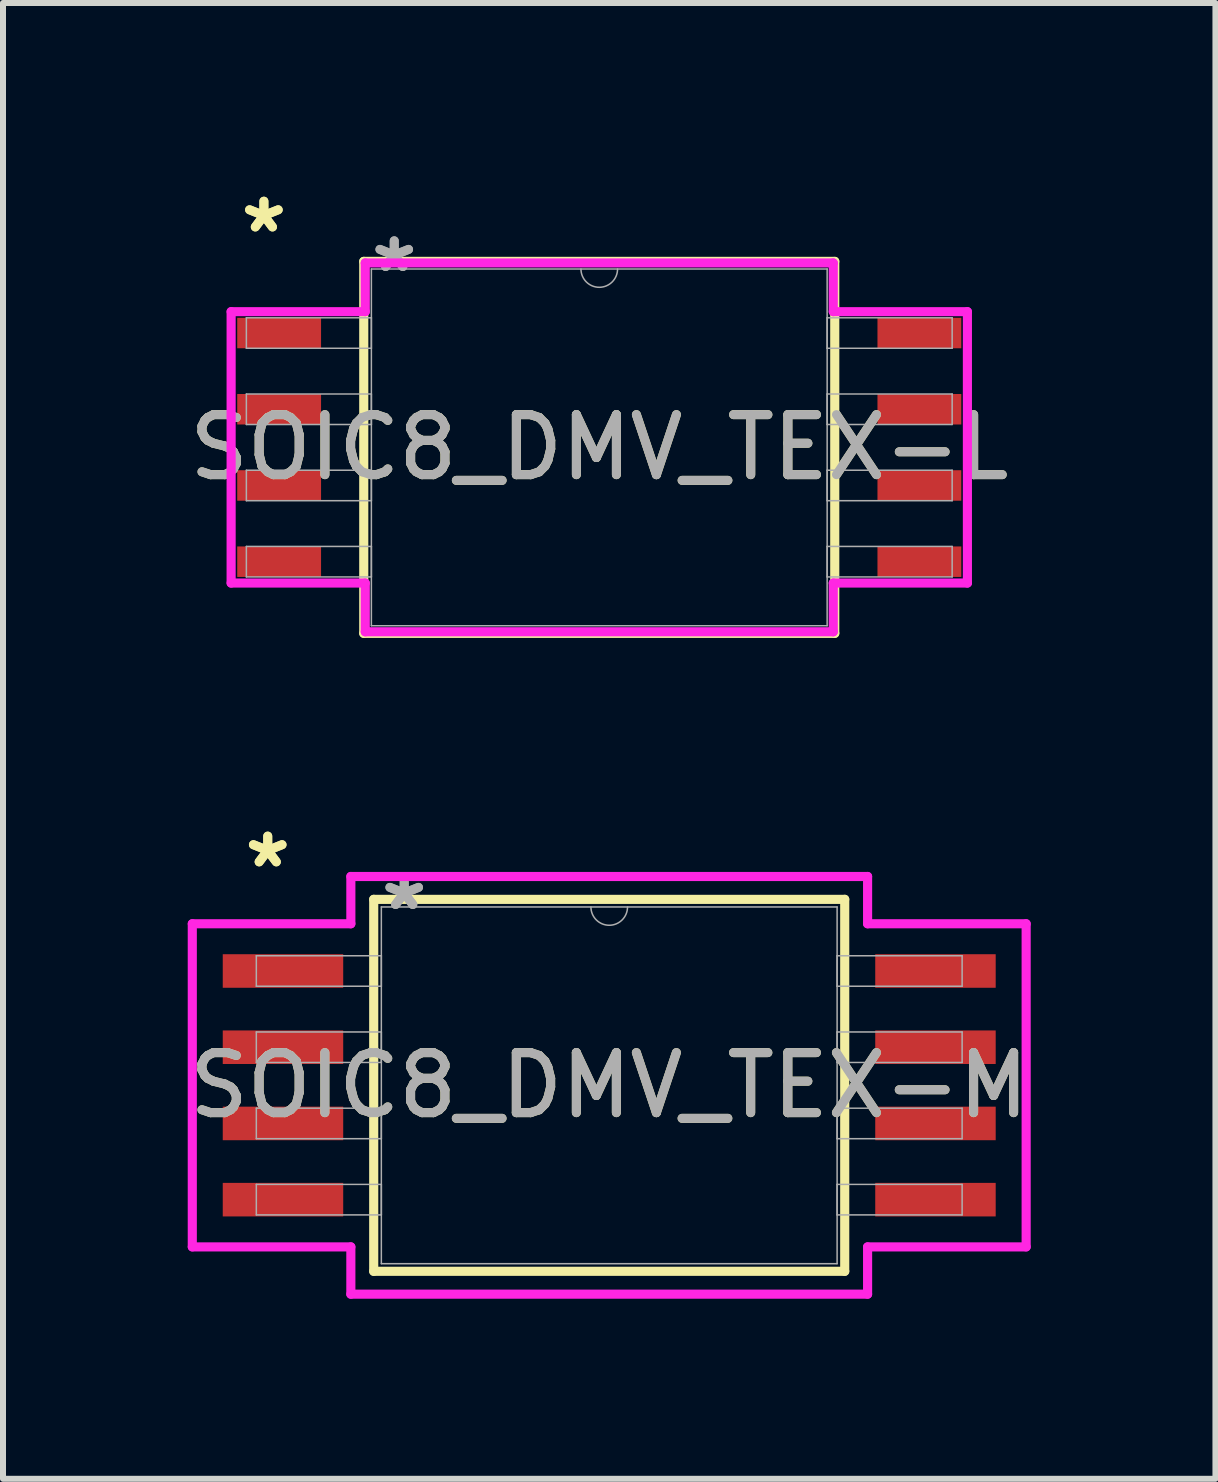
<source format=kicad_pcb>
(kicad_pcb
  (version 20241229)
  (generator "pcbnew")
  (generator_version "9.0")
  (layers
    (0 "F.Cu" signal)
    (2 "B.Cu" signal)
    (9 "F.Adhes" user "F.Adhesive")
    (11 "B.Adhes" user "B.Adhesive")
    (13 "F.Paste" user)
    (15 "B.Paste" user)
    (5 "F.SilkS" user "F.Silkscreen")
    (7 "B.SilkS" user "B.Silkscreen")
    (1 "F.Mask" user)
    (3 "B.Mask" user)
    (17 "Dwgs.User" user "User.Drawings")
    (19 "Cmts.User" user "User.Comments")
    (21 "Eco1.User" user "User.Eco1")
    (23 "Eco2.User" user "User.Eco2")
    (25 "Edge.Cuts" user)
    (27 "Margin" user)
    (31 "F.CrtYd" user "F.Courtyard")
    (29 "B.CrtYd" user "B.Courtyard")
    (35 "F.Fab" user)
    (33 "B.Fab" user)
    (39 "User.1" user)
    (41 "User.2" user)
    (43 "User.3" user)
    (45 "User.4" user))
  (footprint "SOIC8_DMV_TEX-M"
    (layer "F.Cu")
    (at 7.101 15.034)
    (property "Reference" "SOIC8_DMV_TEX-M" (at 0 0 0) (unlocked yes) (layer "F.SilkS") (effects (font (size 1 1) (thickness 0.15))))
    (attr smd)
    (fp_line (start -3.924 -3.099) (end -3.924 3.099) (stroke (width 0.152) (type solid)) (layer "F.SilkS"))
    (fp_line (start -3.924 3.099) (end 3.924 3.099) (stroke (width 0.152) (type solid)) (layer "F.SilkS"))
    (fp_line (start 3.924 -3.099) (end -3.924 -3.099) (stroke (width 0.152) (type solid)) (layer "F.SilkS"))
    (fp_line (start 3.924 3.099) (end 3.924 -3.099) (stroke (width 0.152) (type solid)) (layer "F.SilkS"))
    (fp_line (start -6.947 -2.692) (end -4.305 -2.692) (stroke (width 0.152) (type solid)) (layer "F.CrtYd"))
    (fp_line (start -6.947 2.692) (end -6.947 -2.692) (stroke (width 0.152) (type solid)) (layer "F.CrtYd"))
    (fp_line (start -6.947 2.692) (end -4.305 2.692) (stroke (width 0.152) (type solid)) (layer "F.CrtYd"))
    (fp_line (start -4.305 -3.48) (end 4.305 -3.48) (stroke (width 0.152) (type solid)) (layer "F.CrtYd"))
    (fp_line (start -4.305 -2.692) (end -4.305 -3.48) (stroke (width 0.152) (type solid)) (layer "F.CrtYd"))
    (fp_line (start -4.305 3.48) (end -4.305 2.692) (stroke (width 0.152) (type solid)) (layer "F.CrtYd"))
    (fp_line (start 4.305 -3.48) (end 4.305 -2.692) (stroke (width 0.152) (type solid)) (layer "F.CrtYd"))
    (fp_line (start 4.305 2.692) (end 4.305 3.48) (stroke (width 0.152) (type solid)) (layer "F.CrtYd"))
    (fp_line (start 4.305 3.48) (end -4.305 3.48) (stroke (width 0.152) (type solid)) (layer "F.CrtYd"))
    (fp_line (start 6.947 -2.692) (end 4.305 -2.692) (stroke (width 0.152) (type solid)) (layer "F.CrtYd"))
    (fp_line (start 6.947 -2.692) (end 6.947 2.692) (stroke (width 0.152) (type solid)) (layer "F.CrtYd"))
    (fp_line (start 6.947 2.692) (end 4.305 2.692) (stroke (width 0.152) (type solid)) (layer "F.CrtYd"))
    (fp_line (start -5.88 -2.159) (end -5.88 -1.651) (stroke (width 0.025) (type solid)) (layer "F.Fab"))
    (fp_line (start -5.88 -1.651) (end -3.797 -1.651) (stroke (width 0.025) (type solid)) (layer "F.Fab"))
    (fp_line (start -5.88 -0.889) (end -5.88 -0.381) (stroke (width 0.025) (type solid)) (layer "F.Fab"))
    (fp_line (start -5.88 -0.381) (end -3.797 -0.381) (stroke (width 0.025) (type solid)) (layer "F.Fab"))
    (fp_line (start -5.88 0.381) (end -5.88 0.889) (stroke (width 0.025) (type solid)) (layer "F.Fab"))
    (fp_line (start -5.88 0.889) (end -3.797 0.889) (stroke (width 0.025) (type solid)) (layer "F.Fab"))
    (fp_line (start -5.88 1.651) (end -5.88 2.159) (stroke (width 0.025) (type solid)) (layer "F.Fab"))
    (fp_line (start -5.88 2.159) (end -3.797 2.159) (stroke (width 0.025) (type solid)) (layer "F.Fab"))
    (fp_line (start -3.797 -2.972) (end -3.797 2.972) (stroke (width 0.025) (type solid)) (layer "F.Fab"))
    (fp_line (start -3.797 -2.159) (end -5.88 -2.159) (stroke (width 0.025) (type solid)) (layer "F.Fab"))
    (fp_line (start -3.797 -1.651) (end -3.797 -2.159) (stroke (width 0.025) (type solid)) (layer "F.Fab"))
    (fp_line (start -3.797 -0.889) (end -5.88 -0.889) (stroke (width 0.025) (type solid)) (layer "F.Fab"))
    (fp_line (start -3.797 -0.381) (end -3.797 -0.889) (stroke (width 0.025) (type solid)) (layer "F.Fab"))
    (fp_line (start -3.797 0.381) (end -5.88 0.381) (stroke (width 0.025) (type solid)) (layer "F.Fab"))
    (fp_line (start -3.797 0.889) (end -3.797 0.381) (stroke (width 0.025) (type solid)) (layer "F.Fab"))
    (fp_line (start -3.797 1.651) (end -5.88 1.651) (stroke (width 0.025) (type solid)) (layer "F.Fab"))
    (fp_line (start -3.797 2.159) (end -3.797 1.651) (stroke (width 0.025) (type solid)) (layer "F.Fab"))
    (fp_line (start -3.797 2.972) (end 3.797 2.972) (stroke (width 0.025) (type solid)) (layer "F.Fab"))
    (fp_line (start 3.797 -2.972) (end -3.797 -2.972) (stroke (width 0.025) (type solid)) (layer "F.Fab"))
    (fp_line (start 3.797 -2.159) (end 3.797 -1.651) (stroke (width 0.025) (type solid)) (layer "F.Fab"))
    (fp_line (start 3.797 -1.651) (end 5.88 -1.651) (stroke (width 0.025) (type solid)) (layer "F.Fab"))
    (fp_line (start 3.797 -0.889) (end 3.797 -0.381) (stroke (width 0.025) (type solid)) (layer "F.Fab"))
    (fp_line (start 3.797 -0.381) (end 5.88 -0.381) (stroke (width 0.025) (type solid)) (layer "F.Fab"))
    (fp_line (start 3.797 0.381) (end 3.797 0.889) (stroke (width 0.025) (type solid)) (layer "F.Fab"))
    (fp_line (start 3.797 0.889) (end 5.88 0.889) (stroke (width 0.025) (type solid)) (layer "F.Fab"))
    (fp_line (start 3.797 1.651) (end 3.797 2.159) (stroke (width 0.025) (type solid)) (layer "F.Fab"))
    (fp_line (start 3.797 2.159) (end 5.88 2.159) (stroke (width 0.025) (type solid)) (layer "F.Fab"))
    (fp_line (start 3.797 2.972) (end 3.797 -2.972) (stroke (width 0.025) (type solid)) (layer "F.Fab"))
    (fp_line (start 5.88 -2.159) (end 3.797 -2.159) (stroke (width 0.025) (type solid)) (layer "F.Fab"))
    (fp_line (start 5.88 -1.651) (end 5.88 -2.159) (stroke (width 0.025) (type solid)) (layer "F.Fab"))
    (fp_line (start 5.88 -0.889) (end 3.797 -0.889) (stroke (width 0.025) (type solid)) (layer "F.Fab"))
    (fp_line (start 5.88 -0.381) (end 5.88 -0.889) (stroke (width 0.025) (type solid)) (layer "F.Fab"))
    (fp_line (start 5.88 0.381) (end 3.797 0.381) (stroke (width 0.025) (type solid)) (layer "F.Fab"))
    (fp_line (start 5.88 0.889) (end 5.88 0.381) (stroke (width 0.025) (type solid)) (layer "F.Fab"))
    (fp_line (start 5.88 1.651) (end 3.797 1.651) (stroke (width 0.025) (type solid)) (layer "F.Fab"))
    (fp_line (start 5.88 2.159) (end 5.88 1.651) (stroke (width 0.025) (type solid)) (layer "F.Fab"))
    (fp_arc (start 0.3048 -2.9718) (mid 0 -2.667) (end -0.3048 -2.9718) (stroke (width 0.0254) (type solid)) (layer "F.Fab"))
    (fp_text user "*" (at -5.69 -3.607 0) (layer "F.SilkS") (effects (font (size 1 1) (thickness 0.15))))
    (fp_text user "*" (at -5.69 -3.607 0) (unlocked yes) (layer "F.SilkS") (effects (font (size 1 1) (thickness 0.15))))
    (fp_text user "${REFERENCE}" (at 0 0 0) (unlocked yes) (layer "F.Fab") (effects (font (size 1 1) (thickness 0.15))))
    (fp_text user "*" (at -3.416 -2.896 0) (layer "F.Fab") (effects (font (size 1 1) (thickness 0.15))))
    (fp_text user "*" (at -3.416 -2.896 0) (unlocked yes) (layer "F.Fab") (effects (font (size 1 1) (thickness 0.15))))
    (pad "1" smd rect (at -5.436 -1.905) (size 2.007 0.559) (layers "F.Cu" "F.Mask" "F.Paste"))
    (pad "2" smd rect (at -5.436 -0.635) (size 2.007 0.559) (layers "F.Cu" "F.Mask" "F.Paste"))
    (pad "3" smd rect (at -5.436 0.635) (size 2.007 0.559) (layers "F.Cu" "F.Mask" "F.Paste"))
    (pad "4" smd rect (at -5.436 1.905) (size 2.007 0.559) (layers "F.Cu" "F.Mask" "F.Paste"))
    (pad "5" smd rect (at 5.436 1.905) (size 2.007 0.559) (layers "F.Cu" "F.Mask" "F.Paste"))
    (pad "6" smd rect (at 5.436 0.635) (size 2.007 0.559) (layers "F.Cu" "F.Mask" "F.Paste"))
    (pad "7" smd rect (at 5.436 -0.635) (size 2.007 0.559) (layers "F.Cu" "F.Mask" "F.Paste"))
    (pad "8" smd rect (at 5.436 -1.905) (size 2.007 0.559) (layers "F.Cu" "F.Mask" "F.Paste")))
  (footprint "SOIC8_DMV_TEX-L"
    (layer "F.Cu")
    (at 6.935 4.404)
    (property "Reference" "SOIC8_DMV_TEX-L" (at 0 0 0) (unlocked yes) (layer "F.SilkS") (effects (font (size 1 1) (thickness 0.15))))
    (attr smd)
    (fp_line (start -3.924 -3.099) (end -3.924 3.099) (stroke (width 0.152) (type solid)) (layer "F.SilkS"))
    (fp_line (start -3.924 3.099) (end 3.924 3.099) (stroke (width 0.152) (type solid)) (layer "F.SilkS"))
    (fp_line (start 3.924 -3.099) (end -3.924 -3.099) (stroke (width 0.152) (type solid)) (layer "F.SilkS"))
    (fp_line (start 3.924 3.099) (end 3.924 -3.099) (stroke (width 0.152) (type solid)) (layer "F.SilkS"))
    (fp_line (start -6.134 -2.261) (end -3.899 -2.261) (stroke (width 0.152) (type solid)) (layer "F.CrtYd"))
    (fp_line (start -6.134 2.261) (end -6.134 -2.261) (stroke (width 0.152) (type solid)) (layer "F.CrtYd"))
    (fp_line (start -6.134 2.261) (end -3.899 2.261) (stroke (width 0.152) (type solid)) (layer "F.CrtYd"))
    (fp_line (start -3.899 -3.073) (end 3.899 -3.073) (stroke (width 0.152) (type solid)) (layer "F.CrtYd"))
    (fp_line (start -3.899 -2.261) (end -3.899 -3.073) (stroke (width 0.152) (type solid)) (layer "F.CrtYd"))
    (fp_line (start -3.899 3.073) (end -3.899 2.261) (stroke (width 0.152) (type solid)) (layer "F.CrtYd"))
    (fp_line (start 3.899 -3.073) (end 3.899 -2.261) (stroke (width 0.152) (type solid)) (layer "F.CrtYd"))
    (fp_line (start 3.899 2.261) (end 3.899 3.073) (stroke (width 0.152) (type solid)) (layer "F.CrtYd"))
    (fp_line (start 3.899 3.073) (end -3.899 3.073) (stroke (width 0.152) (type solid)) (layer "F.CrtYd"))
    (fp_line (start 6.134 -2.261) (end 3.899 -2.261) (stroke (width 0.152) (type solid)) (layer "F.CrtYd"))
    (fp_line (start 6.134 -2.261) (end 6.134 2.261) (stroke (width 0.152) (type solid)) (layer "F.CrtYd"))
    (fp_line (start 6.134 2.261) (end 3.899 2.261) (stroke (width 0.152) (type solid)) (layer "F.CrtYd"))
    (fp_line (start -5.88 -2.159) (end -5.88 -1.651) (stroke (width 0.025) (type solid)) (layer "F.Fab"))
    (fp_line (start -5.88 -1.651) (end -3.797 -1.651) (stroke (width 0.025) (type solid)) (layer "F.Fab"))
    (fp_line (start -5.88 -0.889) (end -5.88 -0.381) (stroke (width 0.025) (type solid)) (layer "F.Fab"))
    (fp_line (start -5.88 -0.381) (end -3.797 -0.381) (stroke (width 0.025) (type solid)) (layer "F.Fab"))
    (fp_line (start -5.88 0.381) (end -5.88 0.889) (stroke (width 0.025) (type solid)) (layer "F.Fab"))
    (fp_line (start -5.88 0.889) (end -3.797 0.889) (stroke (width 0.025) (type solid)) (layer "F.Fab"))
    (fp_line (start -5.88 1.651) (end -5.88 2.159) (stroke (width 0.025) (type solid)) (layer "F.Fab"))
    (fp_line (start -5.88 2.159) (end -3.797 2.159) (stroke (width 0.025) (type solid)) (layer "F.Fab"))
    (fp_line (start -3.797 -2.972) (end -3.797 2.972) (stroke (width 0.025) (type solid)) (layer "F.Fab"))
    (fp_line (start -3.797 -2.159) (end -5.88 -2.159) (stroke (width 0.025) (type solid)) (layer "F.Fab"))
    (fp_line (start -3.797 -1.651) (end -3.797 -2.159) (stroke (width 0.025) (type solid)) (layer "F.Fab"))
    (fp_line (start -3.797 -0.889) (end -5.88 -0.889) (stroke (width 0.025) (type solid)) (layer "F.Fab"))
    (fp_line (start -3.797 -0.381) (end -3.797 -0.889) (stroke (width 0.025) (type solid)) (layer "F.Fab"))
    (fp_line (start -3.797 0.381) (end -5.88 0.381) (stroke (width 0.025) (type solid)) (layer "F.Fab"))
    (fp_line (start -3.797 0.889) (end -3.797 0.381) (stroke (width 0.025) (type solid)) (layer "F.Fab"))
    (fp_line (start -3.797 1.651) (end -5.88 1.651) (stroke (width 0.025) (type solid)) (layer "F.Fab"))
    (fp_line (start -3.797 2.159) (end -3.797 1.651) (stroke (width 0.025) (type solid)) (layer "F.Fab"))
    (fp_line (start -3.797 2.972) (end 3.797 2.972) (stroke (width 0.025) (type solid)) (layer "F.Fab"))
    (fp_line (start 3.797 -2.972) (end -3.797 -2.972) (stroke (width 0.025) (type solid)) (layer "F.Fab"))
    (fp_line (start 3.797 -2.159) (end 3.797 -1.651) (stroke (width 0.025) (type solid)) (layer "F.Fab"))
    (fp_line (start 3.797 -1.651) (end 5.88 -1.651) (stroke (width 0.025) (type solid)) (layer "F.Fab"))
    (fp_line (start 3.797 -0.889) (end 3.797 -0.381) (stroke (width 0.025) (type solid)) (layer "F.Fab"))
    (fp_line (start 3.797 -0.381) (end 5.88 -0.381) (stroke (width 0.025) (type solid)) (layer "F.Fab"))
    (fp_line (start 3.797 0.381) (end 3.797 0.889) (stroke (width 0.025) (type solid)) (layer "F.Fab"))
    (fp_line (start 3.797 0.889) (end 5.88 0.889) (stroke (width 0.025) (type solid)) (layer "F.Fab"))
    (fp_line (start 3.797 1.651) (end 3.797 2.159) (stroke (width 0.025) (type solid)) (layer "F.Fab"))
    (fp_line (start 3.797 2.159) (end 5.88 2.159) (stroke (width 0.025) (type solid)) (layer "F.Fab"))
    (fp_line (start 3.797 2.972) (end 3.797 -2.972) (stroke (width 0.025) (type solid)) (layer "F.Fab"))
    (fp_line (start 5.88 -2.159) (end 3.797 -2.159) (stroke (width 0.025) (type solid)) (layer "F.Fab"))
    (fp_line (start 5.88 -1.651) (end 5.88 -2.159) (stroke (width 0.025) (type solid)) (layer "F.Fab"))
    (fp_line (start 5.88 -0.889) (end 3.797 -0.889) (stroke (width 0.025) (type solid)) (layer "F.Fab"))
    (fp_line (start 5.88 -0.381) (end 5.88 -0.889) (stroke (width 0.025) (type solid)) (layer "F.Fab"))
    (fp_line (start 5.88 0.381) (end 3.797 0.381) (stroke (width 0.025) (type solid)) (layer "F.Fab"))
    (fp_line (start 5.88 0.889) (end 5.88 0.381) (stroke (width 0.025) (type solid)) (layer "F.Fab"))
    (fp_line (start 5.88 1.651) (end 3.797 1.651) (stroke (width 0.025) (type solid)) (layer "F.Fab"))
    (fp_line (start 5.88 2.159) (end 5.88 1.651) (stroke (width 0.025) (type solid)) (layer "F.Fab"))
    (fp_arc (start 0.3048 -2.9718) (mid 0 -2.667) (end -0.3048 -2.9718) (stroke (width 0.0254) (type solid)) (layer "F.Fab"))
    (fp_text user "*" (at -5.588 -3.556 0) (unlocked yes) (layer "F.SilkS") (effects (font (size 1 1) (thickness 0.15))))
    (fp_text user "*" (at -5.588 -3.556 0) (layer "F.SilkS") (effects (font (size 1 1) (thickness 0.15))))
    (fp_text user "*" (at -3.416 -2.896 0) (layer "F.Fab") (effects (font (size 1 1) (thickness 0.15))))
    (fp_text user "${REFERENCE}" (at 0 0 0) (unlocked yes) (layer "F.Fab") (effects (font (size 1 1) (thickness 0.15))))
    (fp_text user "*" (at -3.416 -2.896 0) (unlocked yes) (layer "F.Fab") (effects (font (size 1 1) (thickness 0.15))))
    (pad "1" smd rect (at -5.334 -1.905) (size 1.397 0.508) (layers "F.Cu" "F.Mask" "F.Paste"))
    (pad "2" smd rect (at -5.334 -0.635) (size 1.397 0.508) (layers "F.Cu" "F.Mask" "F.Paste"))
    (pad "3" smd rect (at -5.334 0.635) (size 1.397 0.508) (layers "F.Cu" "F.Mask" "F.Paste"))
    (pad "4" smd rect (at -5.334 1.905) (size 1.397 0.508) (layers "F.Cu" "F.Mask" "F.Paste"))
    (pad "5" smd rect (at 5.334 1.905) (size 1.397 0.508) (layers "F.Cu" "F.Mask" "F.Paste"))
    (pad "6" smd rect (at 5.334 0.635) (size 1.397 0.508) (layers "F.Cu" "F.Mask" "F.Paste"))
    (pad "7" smd rect (at 5.334 -0.635) (size 1.397 0.508) (layers "F.Cu" "F.Mask" "F.Paste"))
    (pad "8" smd rect (at 5.334 -1.905) (size 1.397 0.508) (layers "F.Cu" "F.Mask" "F.Paste")))
  (gr_rect
    (start -3 -3)
    (end 17.202 21.59)
    (stroke (width 0.1) (type default))
    (fill no)
    (layer "Edge.Cuts")))
</source>
